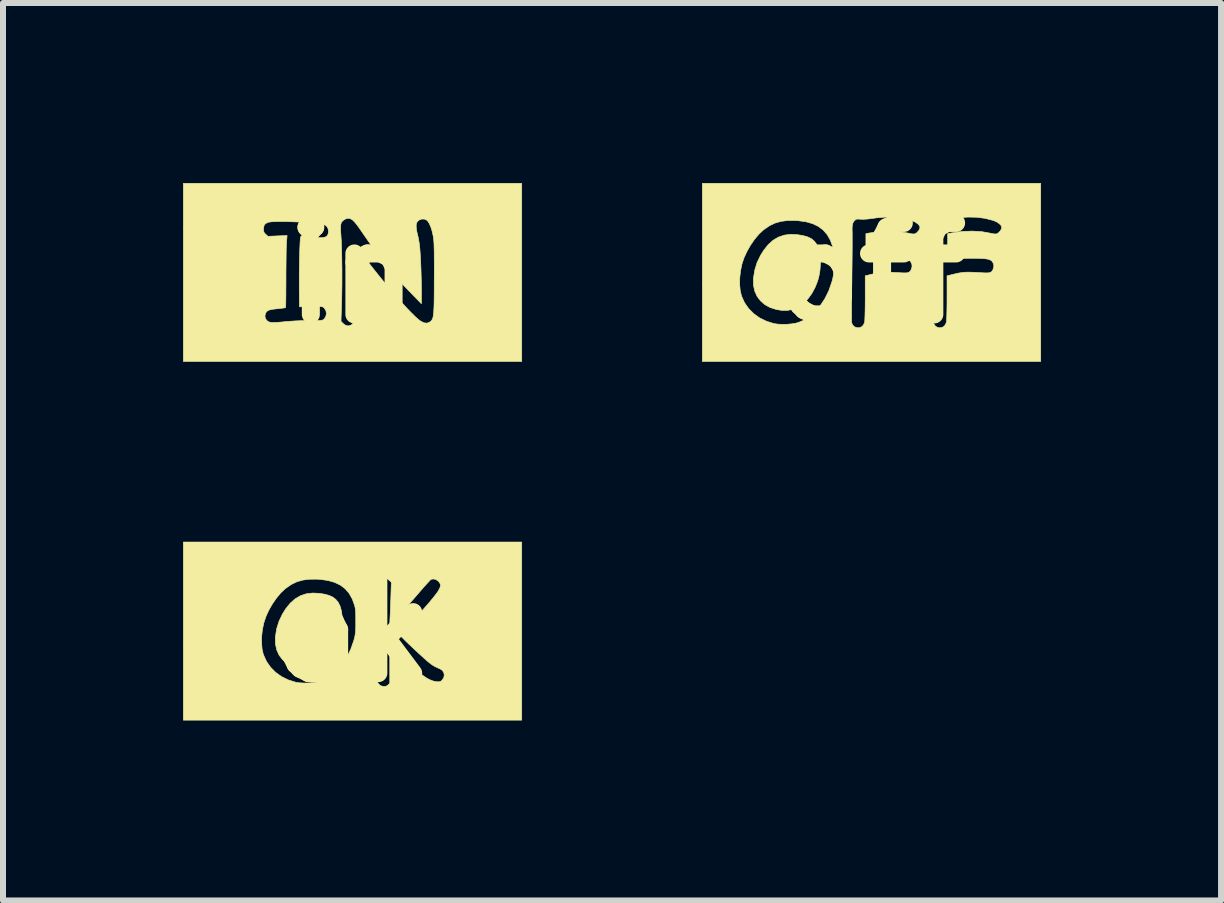
<source format=kicad_pcb>
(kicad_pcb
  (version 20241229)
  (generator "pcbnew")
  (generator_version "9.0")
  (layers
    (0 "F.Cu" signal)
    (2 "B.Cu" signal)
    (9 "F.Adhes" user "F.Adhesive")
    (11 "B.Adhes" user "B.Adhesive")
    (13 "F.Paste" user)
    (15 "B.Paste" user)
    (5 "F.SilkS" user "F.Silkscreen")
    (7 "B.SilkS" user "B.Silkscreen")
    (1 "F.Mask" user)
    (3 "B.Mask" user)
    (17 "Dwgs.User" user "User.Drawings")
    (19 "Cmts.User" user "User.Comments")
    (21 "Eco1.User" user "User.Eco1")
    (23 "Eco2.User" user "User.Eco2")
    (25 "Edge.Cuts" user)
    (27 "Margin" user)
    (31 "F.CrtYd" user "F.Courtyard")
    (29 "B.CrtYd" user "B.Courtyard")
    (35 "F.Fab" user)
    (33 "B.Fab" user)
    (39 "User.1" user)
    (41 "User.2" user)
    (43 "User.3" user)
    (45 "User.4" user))
  (footprint "ok"
    (layer "F.Cu")
    (at 2.819 7.477)
    (property "Reference" "ok" (at 0 0 0) (layer "F.SilkS") (effects (font (size 1.524 1.524) (thickness 0.3))))
    (attr through_hole)
    (fp_poly (pts (xy -0.551 -0.64) (xy -0.457 -0.625) (xy -0.382 -0.604) (xy -0.322 -0.576) (xy -0.274 -0.539) (xy -0.234 -0.491) (xy -0.233 -0.489) (xy -0.201 -0.425) (xy -0.179 -0.344) (xy -0.167 -0.252) (xy -0.164 -0.152) (xy -0.172 -0.049) (xy -0.19 0.054) (xy -0.211 0.132) (xy -0.253 0.24) (xy -0.307 0.339) (xy -0.37 0.427) (xy -0.44 0.5) (xy -0.515 0.556) (xy -0.544 0.572) (xy -0.63 0.606) (xy -0.717 0.623) (xy -0.809 0.622) (xy -0.896 0.608) (xy -0.999 0.576) (xy -1.087 0.528) (xy -1.161 0.465) (xy -1.218 0.39) (xy -1.258 0.302) (xy -1.279 0.204) (xy -1.281 0.098) (xy -1.28 0.088) (xy -1.259 -0.049) (xy -1.219 -0.176) (xy -1.161 -0.297) (xy -1.109 -0.38) (xy -1.034 -0.474) (xy -0.952 -0.547) (xy -0.864 -0.599) (xy -0.767 -0.632) (xy -0.661 -0.645) (xy -0.551 -0.64)) (stroke (width 0.01) (type solid)) (fill yes) (layer "F.SilkS"))
    (fp_poly (pts (xy 2.825 1.473) (xy -2.814 1.473) (xy -2.814 0.187) (xy -1.51 0.187) (xy -1.502 0.287) (xy -1.482 0.374) (xy -1.478 0.385) (xy -1.428 0.495) (xy -1.36 0.592) (xy -1.276 0.677) (xy -1.177 0.748) (xy -1.064 0.803) (xy -0.94 0.842) (xy -0.877 0.851) (xy -0.803 0.855) (xy -0.723 0.854) (xy -0.645 0.847) (xy -0.576 0.836) (xy -0.526 0.822) (xy -0.448 0.789) (xy -0.381 0.751) (xy -0.317 0.702) (xy -0.283 0.671) (xy 0.399 0.671) (xy 0.399 0.712) (xy 0.4 0.744) (xy 0.401 0.769) (xy 0.403 0.787) (xy 0.406 0.801) (xy 0.409 0.812) (xy 0.412 0.819) (xy 0.439 0.87) (xy 0.477 0.901) (xy 0.524 0.912) (xy 0.53 0.912) (xy 0.57 0.906) (xy 0.6 0.885) (xy 0.626 0.858) (xy 0.626 0.216) (xy 0.844 0.43) (xy 0.944 0.527) (xy 1.032 0.609) (xy 1.11 0.676) (xy 1.178 0.729) (xy 1.239 0.771) (xy 1.294 0.8) (xy 1.345 0.82) (xy 1.393 0.831) (xy 1.411 0.833) (xy 1.446 0.834) (xy 1.47 0.829) (xy 1.489 0.816) (xy 1.497 0.808) (xy 1.525 0.767) (xy 1.534 0.723) (xy 1.526 0.68) (xy 1.501 0.643) (xy 1.465 0.62) (xy 1.409 0.595) (xy 1.365 0.573) (xy 1.326 0.548) (xy 1.284 0.516) (xy 1.281 0.514) (xy 1.25 0.488) (xy 1.209 0.452) (xy 1.161 0.408) (xy 1.108 0.36) (xy 1.052 0.308) (xy 0.997 0.256) (xy 0.943 0.205) (xy 0.894 0.158) (xy 0.852 0.116) (xy 0.819 0.083) (xy 0.798 0.061) (xy 0.791 0.051) (xy 0.799 0.037) (xy 0.818 0.014) (xy 0.846 -0.016) (xy 0.853 -0.022) (xy 0.922 -0.091) (xy 0.995 -0.167) (xy 1.071 -0.247) (xy 1.145 -0.329) (xy 1.217 -0.41) (xy 1.283 -0.486) (xy 1.341 -0.556) (xy 1.389 -0.617) (xy 1.425 -0.665) (xy 1.431 -0.675) (xy 1.459 -0.725) (xy 1.471 -0.764) (xy 1.467 -0.797) (xy 1.447 -0.829) (xy 1.435 -0.842) (xy 1.393 -0.872) (xy 1.348 -0.88) (xy 1.314 -0.872) (xy 1.303 -0.863) (xy 1.279 -0.838) (xy 1.245 -0.801) (xy 1.202 -0.754) (xy 1.153 -0.698) (xy 1.1 -0.636) (xy 1.078 -0.611) (xy 1.017 -0.54) (xy 0.953 -0.468) (xy 0.891 -0.398) (xy 0.833 -0.334) (xy 0.783 -0.279) (xy 0.744 -0.238) (xy 0.743 -0.236) (xy 0.625 -0.115) (xy 0.631 -0.253) (xy 0.634 -0.31) (xy 0.637 -0.383) (xy 0.64 -0.463) (xy 0.643 -0.546) (xy 0.645 -0.606) (xy 0.652 -0.823) (xy 0.618 -0.856) (xy 0.58 -0.882) (xy 0.538 -0.89) (xy 0.497 -0.883) (xy 0.462 -0.861) (xy 0.439 -0.826) (xy 0.435 -0.812) (xy 0.434 -0.796) (xy 0.433 -0.761) (xy 0.431 -0.708) (xy 0.428 -0.638) (xy 0.426 -0.553) (xy 0.423 -0.456) (xy 0.42 -0.347) (xy 0.417 -0.229) (xy 0.414 -0.104) (xy 0.412 -0.008) (xy 0.408 0.142) (xy 0.405 0.272) (xy 0.403 0.383) (xy 0.401 0.477) (xy 0.399 0.555) (xy 0.399 0.619) (xy 0.399 0.671) (xy -0.283 0.671) (xy -0.267 0.656) (xy -0.172 0.55) (xy -0.091 0.428) (xy -0.024 0.292) (xy 0.027 0.146) (xy 0.03 0.134) (xy 0.041 0.093) (xy 0.048 0.056) (xy 0.054 0.019) (xy 0.057 -0.024) (xy 0.059 -0.076) (xy 0.059 -0.145) (xy 0.059 -0.17) (xy 0.059 -0.249) (xy 0.058 -0.309) (xy 0.055 -0.357) (xy 0.05 -0.395) (xy 0.043 -0.427) (xy 0.04 -0.439) (xy 0.001 -0.547) (xy -0.051 -0.639) (xy -0.116 -0.715) (xy -0.196 -0.776) (xy -0.292 -0.822) (xy -0.403 -0.854) (xy -0.531 -0.872) (xy -0.589 -0.876) (xy -0.713 -0.875) (xy -0.822 -0.861) (xy -0.921 -0.833) (xy -1.013 -0.789) (xy -1.103 -0.727) (xy -1.116 -0.717) (xy -1.19 -0.648) (xy -1.262 -0.561) (xy -1.33 -0.463) (xy -1.39 -0.358) (xy -1.438 -0.252) (xy -1.472 -0.149) (xy -1.473 -0.148) (xy -1.496 -0.036) (xy -1.509 0.078) (xy -1.51 0.187) (xy -2.814 0.187) (xy -2.814 -1.495) (xy 2.825 -1.495) (xy 2.825 1.473)) (stroke (width 0.01) (type solid)) (fill yes) (layer "F.SilkS")))
  (footprint "off"
    (layer "F.Cu")
    (at 11.467 1.5)
    (property "Reference" "off" (at 0 0 0) (layer "F.SilkS") (effects (font (size 1.524 1.524) (thickness 0.3))))
    (attr through_hole)
    (fp_poly (pts (xy -1.233 -0.64) (xy -1.139 -0.625) (xy -1.063 -0.604) (xy -1.003 -0.576) (xy -0.955 -0.539) (xy -0.916 -0.491) (xy -0.915 -0.489) (xy -0.883 -0.425) (xy -0.861 -0.344) (xy -0.848 -0.252) (xy -0.846 -0.152) (xy -0.853 -0.049) (xy -0.871 0.054) (xy -0.892 0.132) (xy -0.935 0.24) (xy -0.988 0.339) (xy -1.052 0.427) (xy -1.122 0.5) (xy -1.196 0.556) (xy -1.225 0.572) (xy -1.312 0.606) (xy -1.398 0.623) (xy -1.49 0.622) (xy -1.577 0.608) (xy -1.68 0.576) (xy -1.769 0.528) (xy -1.842 0.465) (xy -1.9 0.39) (xy -1.94 0.302) (xy -1.961 0.204) (xy -1.963 0.098) (xy -1.962 0.088) (xy -1.94 -0.049) (xy -1.901 -0.176) (xy -1.842 -0.297) (xy -1.79 -0.38) (xy -1.715 -0.474) (xy -1.634 -0.547) (xy -1.545 -0.599) (xy -1.448 -0.632) (xy -1.342 -0.645) (xy -1.233 -0.64)) (stroke (width 0.01) (type solid)) (fill yes) (layer "F.SilkS"))
    (fp_poly (pts (xy 2.825 1.473) (xy -2.814 1.473) (xy -2.814 0.187) (xy -2.192 0.187) (xy -2.183 0.287) (xy -2.163 0.374) (xy -2.16 0.385) (xy -2.11 0.495) (xy -2.042 0.592) (xy -1.957 0.677) (xy -1.858 0.748) (xy -1.745 0.803) (xy -1.621 0.842) (xy -1.559 0.851) (xy -1.484 0.855) (xy -1.405 0.854) (xy -1.327 0.847) (xy -1.257 0.836) (xy -1.208 0.822) (xy -1.13 0.789) (xy -1.063 0.751) (xy -0.999 0.702) (xy -0.949 0.656) (xy -0.944 0.651) (xy -0.327 0.651) (xy -0.327 0.722) (xy -0.327 0.777) (xy -0.326 0.813) (xy -0.325 0.83) (xy -0.325 0.831) (xy -0.305 0.871) (xy -0.272 0.899) (xy -0.23 0.912) (xy -0.187 0.909) (xy -0.148 0.888) (xy -0.127 0.86) (xy -0.111 0.824) (xy -0.11 0.819) (xy -0.107 0.797) (xy -0.105 0.757) (xy -0.103 0.7) (xy -0.102 0.651) (xy 1.036 0.651) (xy 1.036 0.722) (xy 1.036 0.777) (xy 1.037 0.813) (xy 1.038 0.83) (xy 1.038 0.831) (xy 1.058 0.871) (xy 1.091 0.899) (xy 1.132 0.912) (xy 1.175 0.909) (xy 1.214 0.888) (xy 1.236 0.86) (xy 1.252 0.824) (xy 1.253 0.819) (xy 1.256 0.797) (xy 1.258 0.757) (xy 1.26 0.7) (xy 1.262 0.631) (xy 1.263 0.551) (xy 1.264 0.465) (xy 1.264 0.41) (xy 1.264 0.046) (xy 1.388 0.016) (xy 1.448 0.002) (xy 1.503 -0.007) (xy 1.559 -0.013) (xy 1.619 -0.015) (xy 1.69 -0.013) (xy 1.775 -0.009) (xy 1.814 -0.007) (xy 1.882 -0.003) (xy 1.933 -0.002) (xy 1.968 -0.005) (xy 1.993 -0.014) (xy 2.01 -0.027) (xy 2.024 -0.047) (xy 2.028 -0.055) (xy 2.044 -0.105) (xy 2.04 -0.152) (xy 2.017 -0.193) (xy 2.013 -0.198) (xy 1.994 -0.213) (xy 1.967 -0.225) (xy 1.932 -0.234) (xy 1.884 -0.24) (xy 1.822 -0.244) (xy 1.744 -0.246) (xy 1.646 -0.246) (xy 1.638 -0.246) (xy 1.559 -0.245) (xy 1.498 -0.243) (xy 1.45 -0.239) (xy 1.408 -0.234) (xy 1.37 -0.226) (xy 1.36 -0.223) (xy 1.275 -0.201) (xy 1.275 -0.657) (xy 1.344 -0.669) (xy 1.517 -0.693) (xy 1.684 -0.699) (xy 1.842 -0.69) (xy 1.987 -0.664) (xy 2.04 -0.653) (xy 2.077 -0.651) (xy 2.097 -0.655) (xy 2.124 -0.673) (xy 2.15 -0.702) (xy 2.17 -0.735) (xy 2.176 -0.761) (xy 2.166 -0.79) (xy 2.138 -0.82) (xy 2.097 -0.849) (xy 2.046 -0.872) (xy 2.028 -0.878) (xy 1.895 -0.912) (xy 1.758 -0.93) (xy 1.614 -0.933) (xy 1.458 -0.921) (xy 1.396 -0.912) (xy 1.31 -0.901) (xy 1.239 -0.896) (xy 1.186 -0.897) (xy 1.182 -0.897) (xy 1.144 -0.9) (xy 1.12 -0.898) (xy 1.102 -0.889) (xy 1.086 -0.874) (xy 1.068 -0.853) (xy 1.056 -0.828) (xy 1.049 -0.797) (xy 1.045 -0.753) (xy 1.045 -0.694) (xy 1.046 -0.659) (xy 1.047 -0.627) (xy 1.047 -0.576) (xy 1.047 -0.507) (xy 1.047 -0.423) (xy 1.046 -0.327) (xy 1.045 -0.22) (xy 1.044 -0.105) (xy 1.042 0.015) (xy 1.04 0.129) (xy 1.039 0.249) (xy 1.038 0.364) (xy 1.037 0.47) (xy 1.036 0.567) (xy 1.036 0.651) (xy -0.102 0.651) (xy -0.101 0.631) (xy -0.1 0.551) (xy -0.099 0.465) (xy -0.099 0.41) (xy -0.099 0.046) (xy 0.025 0.016) (xy 0.085 0.002) (xy 0.141 -0.007) (xy 0.196 -0.013) (xy 0.257 -0.015) (xy 0.327 -0.013) (xy 0.413 -0.009) (xy 0.451 -0.007) (xy 0.52 -0.003) (xy 0.57 -0.002) (xy 0.605 -0.005) (xy 0.63 -0.014) (xy 0.647 -0.027) (xy 0.661 -0.047) (xy 0.665 -0.055) (xy 0.681 -0.105) (xy 0.677 -0.152) (xy 0.655 -0.193) (xy 0.65 -0.198) (xy 0.631 -0.213) (xy 0.604 -0.225) (xy 0.569 -0.234) (xy 0.521 -0.24) (xy 0.459 -0.244) (xy 0.381 -0.246) (xy 0.283 -0.246) (xy 0.275 -0.246) (xy 0.197 -0.245) (xy 0.135 -0.243) (xy 0.087 -0.239) (xy 0.046 -0.234) (xy 0.007 -0.226) (xy -0.003 -0.223) (xy -0.088 -0.201) (xy -0.088 -0.657) (xy -0.019 -0.669) (xy 0.154 -0.693) (xy 0.321 -0.699) (xy 0.479 -0.69) (xy 0.624 -0.664) (xy 0.677 -0.653) (xy 0.714 -0.651) (xy 0.734 -0.655) (xy 0.761 -0.673) (xy 0.788 -0.702) (xy 0.807 -0.735) (xy 0.813 -0.761) (xy 0.803 -0.79) (xy 0.776 -0.82) (xy 0.734 -0.849) (xy 0.683 -0.872) (xy 0.665 -0.878) (xy 0.532 -0.912) (xy 0.395 -0.93) (xy 0.251 -0.933) (xy 0.095 -0.921) (xy 0.033 -0.912) (xy -0.053 -0.901) (xy -0.124 -0.896) (xy -0.177 -0.897) (xy -0.181 -0.897) (xy -0.219 -0.9) (xy -0.243 -0.898) (xy -0.261 -0.889) (xy -0.277 -0.874) (xy -0.295 -0.853) (xy -0.307 -0.828) (xy -0.314 -0.797) (xy -0.318 -0.753) (xy -0.317 -0.694) (xy -0.316 -0.659) (xy -0.316 -0.627) (xy -0.316 -0.576) (xy -0.316 -0.507) (xy -0.316 -0.423) (xy -0.317 -0.327) (xy -0.318 -0.22) (xy -0.319 -0.105) (xy -0.321 0.015) (xy -0.322 0.129) (xy -0.324 0.249) (xy -0.325 0.364) (xy -0.326 0.47) (xy -0.327 0.567) (xy -0.327 0.651) (xy -0.944 0.651) (xy -0.854 0.55) (xy -0.772 0.428) (xy -0.705 0.292) (xy -0.655 0.146) (xy -0.651 0.134) (xy -0.641 0.093) (xy -0.633 0.056) (xy -0.628 0.019) (xy -0.625 -0.024) (xy -0.623 -0.076) (xy -0.622 -0.145) (xy -0.622 -0.17) (xy -0.622 -0.249) (xy -0.624 -0.309) (xy -0.627 -0.357) (xy -0.631 -0.395) (xy -0.638 -0.427) (xy -0.641 -0.439) (xy -0.68 -0.547) (xy -0.732 -0.639) (xy -0.798 -0.715) (xy -0.878 -0.776) (xy -0.973 -0.822) (xy -1.084 -0.854) (xy -1.212 -0.872) (xy -1.27 -0.876) (xy -1.394 -0.875) (xy -1.503 -0.861) (xy -1.602 -0.833) (xy -1.694 -0.789) (xy -1.784 -0.727) (xy -1.797 -0.717) (xy -1.871 -0.648) (xy -1.944 -0.561) (xy -2.012 -0.463) (xy -2.071 -0.358) (xy -2.12 -0.252) (xy -2.154 -0.149) (xy -2.154 -0.148) (xy -2.177 -0.036) (xy -2.19 0.078) (xy -2.192 0.187) (xy -2.814 0.187) (xy -2.814 -1.495) (xy 2.825 -1.495) (xy 2.825 1.473)) (stroke (width 0.01) (type solid)) (fill yes) (layer "F.SilkS")))
  (footprint "in"
    (layer "F.Cu")
    (at 2.819 1.5)
    (property "Reference" "in" (at 0 0 0) (layer "F.SilkS") (effects (font (size 1.524 1.524) (thickness 0.3))))
    (attr through_hole)
    (fp_poly (pts (xy 2.825 1.473) (xy -2.814 1.473) (xy -2.814 -0.734) (xy -1.478 -0.734) (xy -1.476 -0.699) (xy -1.468 -0.675) (xy -1.448 -0.652) (xy -1.441 -0.646) (xy -1.403 -0.612) (xy -1.244 -0.619) (xy -1.085 -0.625) (xy -1.094 -0.524) (xy -1.096 -0.492) (xy -1.098 -0.44) (xy -1.1 -0.372) (xy -1.101 -0.291) (xy -1.102 -0.199) (xy -1.103 -0.099) (xy -1.104 0.006) (xy -1.104 0.073) (xy -1.104 0.176) (xy -1.105 0.271) (xy -1.105 0.358) (xy -1.106 0.433) (xy -1.107 0.494) (xy -1.108 0.54) (xy -1.11 0.568) (xy -1.111 0.576) (xy -1.123 0.579) (xy -1.153 0.584) (xy -1.196 0.589) (xy -1.248 0.595) (xy -1.248 0.595) (xy -1.316 0.602) (xy -1.365 0.611) (xy -1.399 0.623) (xy -1.423 0.639) (xy -1.438 0.66) (xy -1.445 0.674) (xy -1.455 0.721) (xy -1.443 0.764) (xy -1.416 0.797) (xy -1.398 0.809) (xy -1.376 0.818) (xy -1.346 0.823) (xy -1.307 0.824) (xy -1.254 0.822) (xy -1.186 0.817) (xy -1.099 0.808) (xy -1.094 0.808) (xy -1.031 0.803) (xy -0.954 0.798) (xy -0.868 0.794) (xy -0.782 0.792) (xy -0.717 0.792) (xy -0.641 0.791) (xy -0.585 0.791) (xy -0.544 0.79) (xy -0.516 0.788) (xy -0.497 0.784) (xy -0.484 0.779) (xy -0.474 0.772) (xy -0.467 0.765) (xy -0.44 0.723) (xy -0.43 0.676) (xy -0.438 0.628) (xy -0.463 0.587) (xy -0.468 0.582) (xy -0.479 0.572) (xy -0.49 0.565) (xy -0.506 0.561) (xy -0.529 0.558) (xy -0.562 0.557) (xy -0.611 0.557) (xy -0.677 0.558) (xy -0.688 0.559) (xy -0.879 0.562) (xy -0.882 0.284) (xy -0.882 0.194) (xy -0.882 0.097) (xy -0.882 -0.003) (xy -0.88 -0.104) (xy -0.879 -0.204) (xy -0.876 -0.298) (xy -0.874 -0.384) (xy -0.871 -0.459) (xy -0.868 -0.519) (xy -0.865 -0.562) (xy -0.863 -0.579) (xy -0.856 -0.609) (xy -0.846 -0.621) (xy -0.843 -0.621) (xy -0.828 -0.618) (xy -0.795 -0.614) (xy -0.749 -0.608) (xy -0.694 -0.602) (xy -0.667 -0.599) (xy -0.582 -0.591) (xy -0.516 -0.589) (xy -0.467 -0.595) (xy -0.433 -0.607) (xy -0.411 -0.629) (xy -0.399 -0.66) (xy -0.396 -0.701) (xy -0.396 -0.701) (xy -0.405 -0.75) (xy -0.413 -0.761) (xy -0.194 -0.761) (xy -0.193 -0.706) (xy -0.188 -0.633) (xy -0.186 -0.599) (xy -0.181 -0.524) (xy -0.178 -0.43) (xy -0.175 -0.322) (xy -0.173 -0.202) (xy -0.171 -0.075) (xy -0.171 0.057) (xy -0.171 0.19) (xy -0.173 0.319) (xy -0.175 0.442) (xy -0.178 0.555) (xy -0.179 0.575) (xy -0.187 0.804) (xy -0.15 0.842) (xy -0.109 0.871) (xy -0.067 0.881) (xy -0.027 0.872) (xy -0.001 0.853) (xy 0.011 0.84) (xy 0.021 0.825) (xy 0.029 0.808) (xy 0.036 0.787) (xy 0.041 0.759) (xy 0.046 0.723) (xy 0.049 0.677) (xy 0.052 0.62) (xy 0.053 0.548) (xy 0.054 0.462) (xy 0.055 0.358) (xy 0.055 0.235) (xy 0.055 0.147) (xy 0.055 0.037) (xy 0.056 -0.067) (xy 0.056 -0.161) (xy 0.057 -0.245) (xy 0.059 -0.316) (xy 0.06 -0.372) (xy 0.062 -0.411) (xy 0.063 -0.431) (xy 0.064 -0.433) (xy 0.073 -0.426) (xy 0.093 -0.405) (xy 0.122 -0.37) (xy 0.157 -0.326) (xy 0.196 -0.275) (xy 0.198 -0.272) (xy 0.287 -0.155) (xy 0.378 -0.039) (xy 0.471 0.077) (xy 0.564 0.191) (xy 0.656 0.3) (xy 0.746 0.403) (xy 0.831 0.498) (xy 0.91 0.584) (xy 0.982 0.659) (xy 1.046 0.722) (xy 1.099 0.77) (xy 1.141 0.802) (xy 1.141 0.802) (xy 1.195 0.829) (xy 1.245 0.835) (xy 1.289 0.819) (xy 1.308 0.805) (xy 1.32 0.793) (xy 1.33 0.779) (xy 1.339 0.761) (xy 1.346 0.738) (xy 1.352 0.708) (xy 1.357 0.669) (xy 1.36 0.62) (xy 1.363 0.558) (xy 1.365 0.483) (xy 1.366 0.391) (xy 1.367 0.282) (xy 1.367 0.154) (xy 1.368 0.06) (xy 1.368 -0.07) (xy 1.368 -0.18) (xy 1.367 -0.272) (xy 1.367 -0.349) (xy 1.365 -0.413) (xy 1.364 -0.465) (xy 1.362 -0.507) (xy 1.359 -0.543) (xy 1.356 -0.574) (xy 1.352 -0.601) (xy 1.349 -0.62) (xy 1.331 -0.7) (xy 1.309 -0.77) (xy 1.283 -0.828) (xy 1.256 -0.868) (xy 1.244 -0.88) (xy 1.203 -0.899) (xy 1.158 -0.9) (xy 1.115 -0.883) (xy 1.098 -0.869) (xy 1.079 -0.846) (xy 1.069 -0.822) (xy 1.066 -0.787) (xy 1.066 -0.778) (xy 1.069 -0.736) (xy 1.078 -0.685) (xy 1.088 -0.642) (xy 1.1 -0.592) (xy 1.111 -0.532) (xy 1.12 -0.475) (xy 1.121 -0.471) (xy 1.126 -0.416) (xy 1.132 -0.343) (xy 1.137 -0.256) (xy 1.142 -0.159) (xy 1.146 -0.056) (xy 1.149 0.049) (xy 1.152 0.152) (xy 1.153 0.249) (xy 1.154 0.308) (xy 1.153 0.511) (xy 0.992 0.346) (xy 0.871 0.22) (xy 0.756 0.094) (xy 0.645 -0.035) (xy 0.536 -0.171) (xy 0.425 -0.315) (xy 0.311 -0.471) (xy 0.191 -0.643) (xy 0.133 -0.728) (xy 0.082 -0.799) (xy 0.039 -0.852) (xy 0.001 -0.888) (xy -0.034 -0.908) (xy -0.067 -0.913) (xy -0.102 -0.905) (xy -0.129 -0.891) (xy -0.153 -0.874) (xy -0.172 -0.856) (xy -0.184 -0.833) (xy -0.191 -0.803) (xy -0.194 -0.761) (xy -0.413 -0.761) (xy -0.432 -0.786) (xy -0.476 -0.809) (xy -0.512 -0.817) (xy -0.601 -0.828) (xy -0.697 -0.837) (xy -0.799 -0.844) (xy -0.902 -0.851) (xy -1.003 -0.855) (xy -1.1 -0.858) (xy -1.19 -0.859) (xy -1.268 -0.858) (xy -1.333 -0.855) (xy -1.38 -0.85) (xy -1.397 -0.846) (xy -1.441 -0.827) (xy -1.467 -0.797) (xy -1.478 -0.753) (xy -1.478 -0.734) (xy -2.814 -0.734) (xy -2.814 -1.495) (xy 2.825 -1.495) (xy 2.825 1.473)) (stroke (width 0.01) (type solid)) (fill yes) (layer "F.SilkS")))
  (gr_rect
    (start -3 -3)
    (end 17.297 11.955)
    (stroke (width 0.1) (type default))
    (fill no)
    (layer "Edge.Cuts")))
</source>
